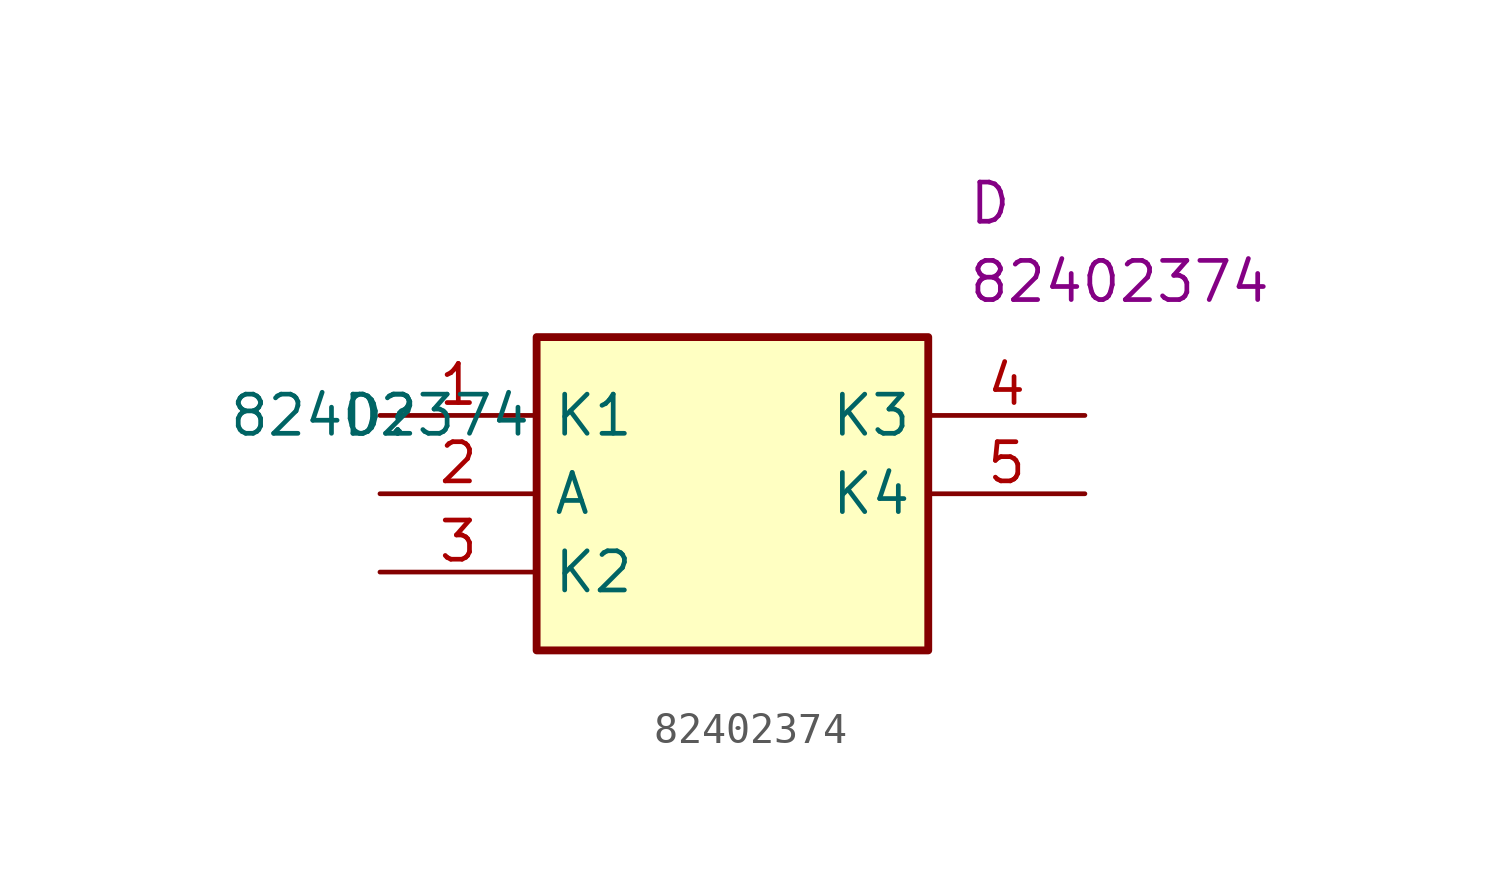
<source format=kicad_sym>
(kicad_symbol_lib
  (version 20211014)
  (generator kicad_symbol_editor)
  (symbol "82402374"
    (property "Reference" "D"
      (at 0 0 0)
      (effects (font (size 1.27 1.27))))
    (property "Value" "82402374"
      (at 0 0 0)
      (effects (font (size 1.27 1.27))))
    (property "Reference_1" "D"
      (at 19.05 7.62 0)
      (effects (font (size 1.27 1.27)) (justify left top)))
    (property "Value_1" "82402374"
      (at 19.05 5.08 0)
      (effects (font (size 1.27 1.27)) (justify left top)))
    (symbol "82402374_1_1"
      (rectangle (start 5.08 2.54) (end 17.78 -7.62) (stroke (width 0.254) (type default) (color 0 0 0 0)) (fill (type background)))
      (pin passive line (at 0 0 0) (length 5.08) (name "K1" (effects (font (size 1.27 1.27)))) (number "1" (effects (font (size 1.27 1.27)))))
      (pin passive line (at 0 -2.54 0) (length 5.08) (name "A" (effects (font (size 1.27 1.27)))) (number "2" (effects (font (size 1.27 1.27)))))
      (pin passive line (at 0 -5.08 0) (length 5.08) (name "K2" (effects (font (size 1.27 1.27)))) (number "3" (effects (font (size 1.27 1.27)))))
      (pin passive line (at 22.86 0 180) (length 5.08) (name "K3" (effects (font (size 1.27 1.27)))) (number "4" (effects (font (size 1.27 1.27)))))
      (pin passive line (at 22.86 -2.54 180) (length 5.08) (name "K4" (effects (font (size 1.27 1.27)))) (number "5" (effects (font (size 1.27 1.27))))))))
</source>
